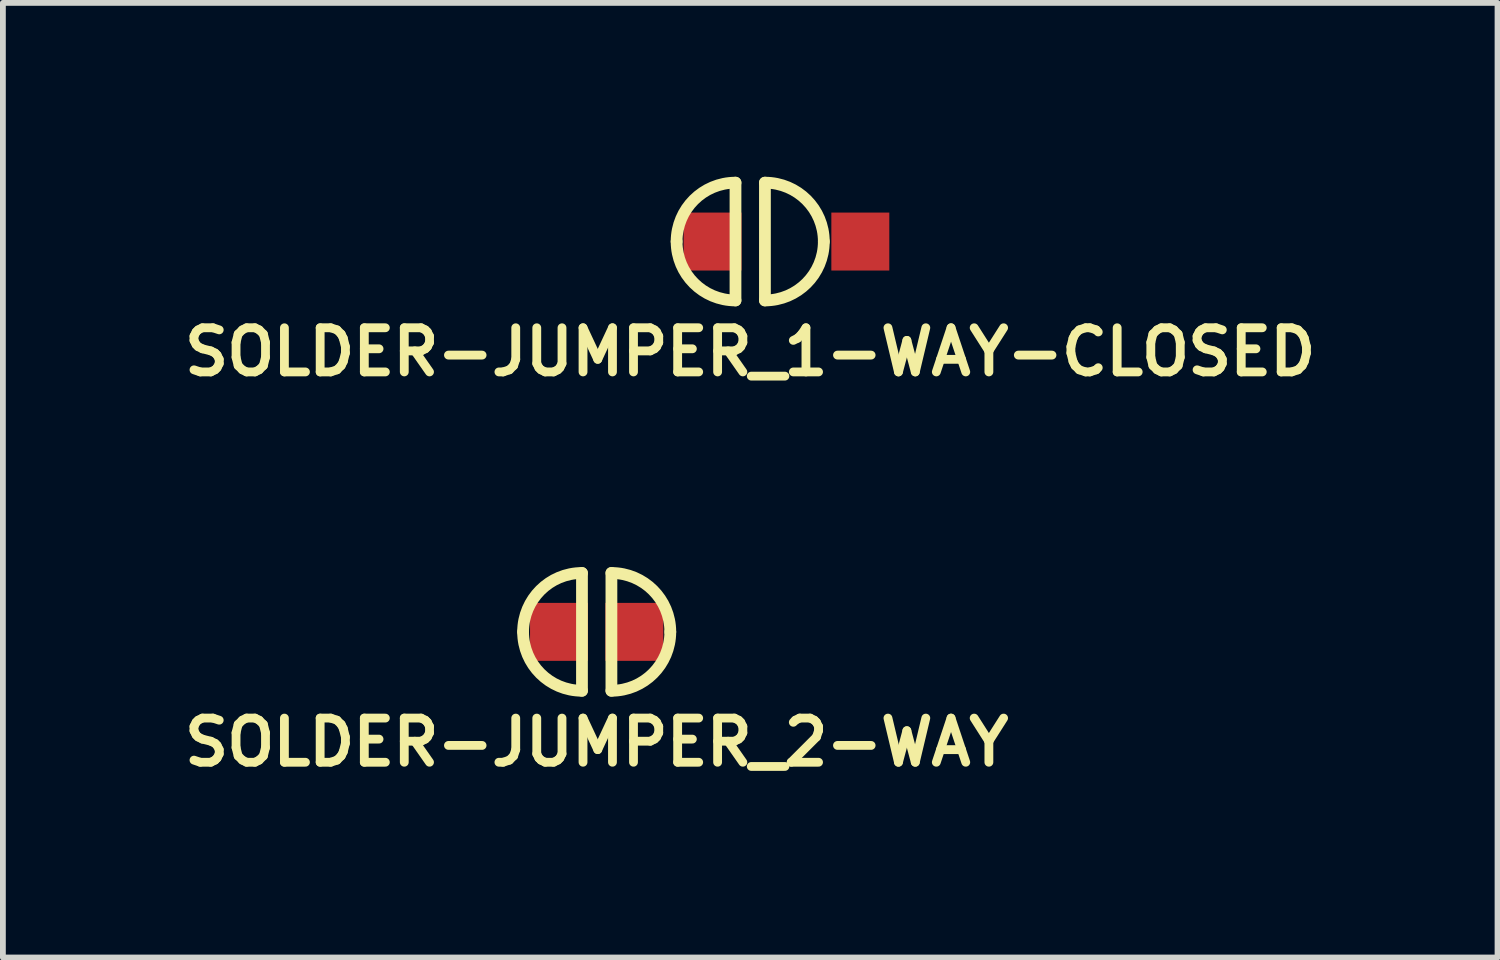
<source format=kicad_pcb>
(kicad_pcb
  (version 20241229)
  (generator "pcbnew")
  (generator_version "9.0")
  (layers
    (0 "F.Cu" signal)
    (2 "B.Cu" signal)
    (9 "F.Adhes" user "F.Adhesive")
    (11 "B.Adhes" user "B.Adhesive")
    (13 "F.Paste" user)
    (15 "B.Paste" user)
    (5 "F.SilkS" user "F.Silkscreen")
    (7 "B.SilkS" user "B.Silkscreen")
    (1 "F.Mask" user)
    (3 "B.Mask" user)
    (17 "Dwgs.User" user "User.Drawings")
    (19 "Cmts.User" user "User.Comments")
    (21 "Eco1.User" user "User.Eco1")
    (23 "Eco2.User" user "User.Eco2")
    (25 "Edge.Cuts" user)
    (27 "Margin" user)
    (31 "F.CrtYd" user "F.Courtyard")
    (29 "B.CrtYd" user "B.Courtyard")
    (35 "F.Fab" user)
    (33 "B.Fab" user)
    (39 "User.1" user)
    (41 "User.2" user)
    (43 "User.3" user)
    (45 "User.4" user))
  (footprint "SOLDER-JUMPER_2-WAY"
    (layer "F.Cu")
    (at 7.246 7.853)
    (property "Reference" "SOLDER-JUMPER_2-WAY" (at 0 1.905 0) (layer "F.SilkS") (effects (font (size 0.762 0.762) (thickness 0.152))))
    (attr through_hole)
    (fp_line (start -0.254 -1.016) (end -0.254 1.016) (stroke (width 0.203) (type solid)) (layer "F.SilkS"))
    (fp_line (start 0.254 1.016) (end 0.254 -1.016) (stroke (width 0.203) (type solid)) (layer "F.SilkS"))
    (fp_arc (start -1.27 0) (mid -0.97242 -0.71842) (end -0.254 -1.016) (stroke (width 0.2032) (type solid)) (layer "F.SilkS"))
    (fp_arc (start -0.254 1.016) (mid -0.97242 0.71842) (end -1.27 0) (stroke (width 0.2032) (type solid)) (layer "F.SilkS"))
    (fp_arc (start 0.254 -1.016) (mid 0.97242 -0.71842) (end 1.27 0) (stroke (width 0.2032) (type solid)) (layer "F.SilkS"))
    (fp_arc (start 1.27 0) (mid 0.97242 0.71842) (end 0.254 1.016) (stroke (width 0.2032) (type solid)) (layer "F.SilkS"))
    (pad "1" smd rect (at -0.65 0) (size 1 1) (layers "F.Cu" "F.Mask" "F.Paste"))
    (pad "2" smd rect (at 0.65 0) (size 1 1) (layers "F.Cu" "F.Mask" "F.Paste")))
  (footprint "SOLDER-JUMPER_1-WAY-CLOSED"
    (layer "F.Cu")
    (at 9.895 1.118)
    (property "Reference" "SOLDER-JUMPER_1-WAY-CLOSED" (at 0 1.905 0) (layer "F.SilkS") (effects (font (size 0.762 0.762) (thickness 0.152))))
    (attr through_hole)
    (fp_line (start -0.254 -1.016) (end -0.254 1.016) (stroke (width 0.203) (type solid)) (layer "F.SilkS"))
    (fp_line (start 0.254 1.016) (end 0.254 -1.016) (stroke (width 0.203) (type solid)) (layer "F.SilkS"))
    (fp_arc (start -1.27 0) (mid -0.97242 -0.71842) (end -0.254 -1.016) (stroke (width 0.2032) (type solid)) (layer "F.SilkS"))
    (fp_arc (start -0.254 1.016) (mid -0.97242 0.71842) (end -1.27 0) (stroke (width 0.2032) (type solid)) (layer "F.SilkS"))
    (fp_arc (start 0.254 -1.016) (mid 0.97242 -0.71842) (end 1.27 0) (stroke (width 0.2032) (type solid)) (layer "F.SilkS"))
    (fp_arc (start 1.27 0) (mid 0.97242 0.71842) (end 0.254 1.016) (stroke (width 0.2032) (type solid)) (layer "F.SilkS"))
    (pad "1" smd rect (at -0.65 0) (size 1 1) (layers "F.Cu" "F.Mask" "F.Paste"))
    (pad "1" smd rect (at 1.9 0) (size 1 1) (layers "F.Cu" "F.Mask" "F.Paste")))
  (gr_rect
    (start -3 -3)
    (end 22.79 13.472)
    (stroke (width 0.1) (type default))
    (fill no)
    (layer "Edge.Cuts")))
</source>
